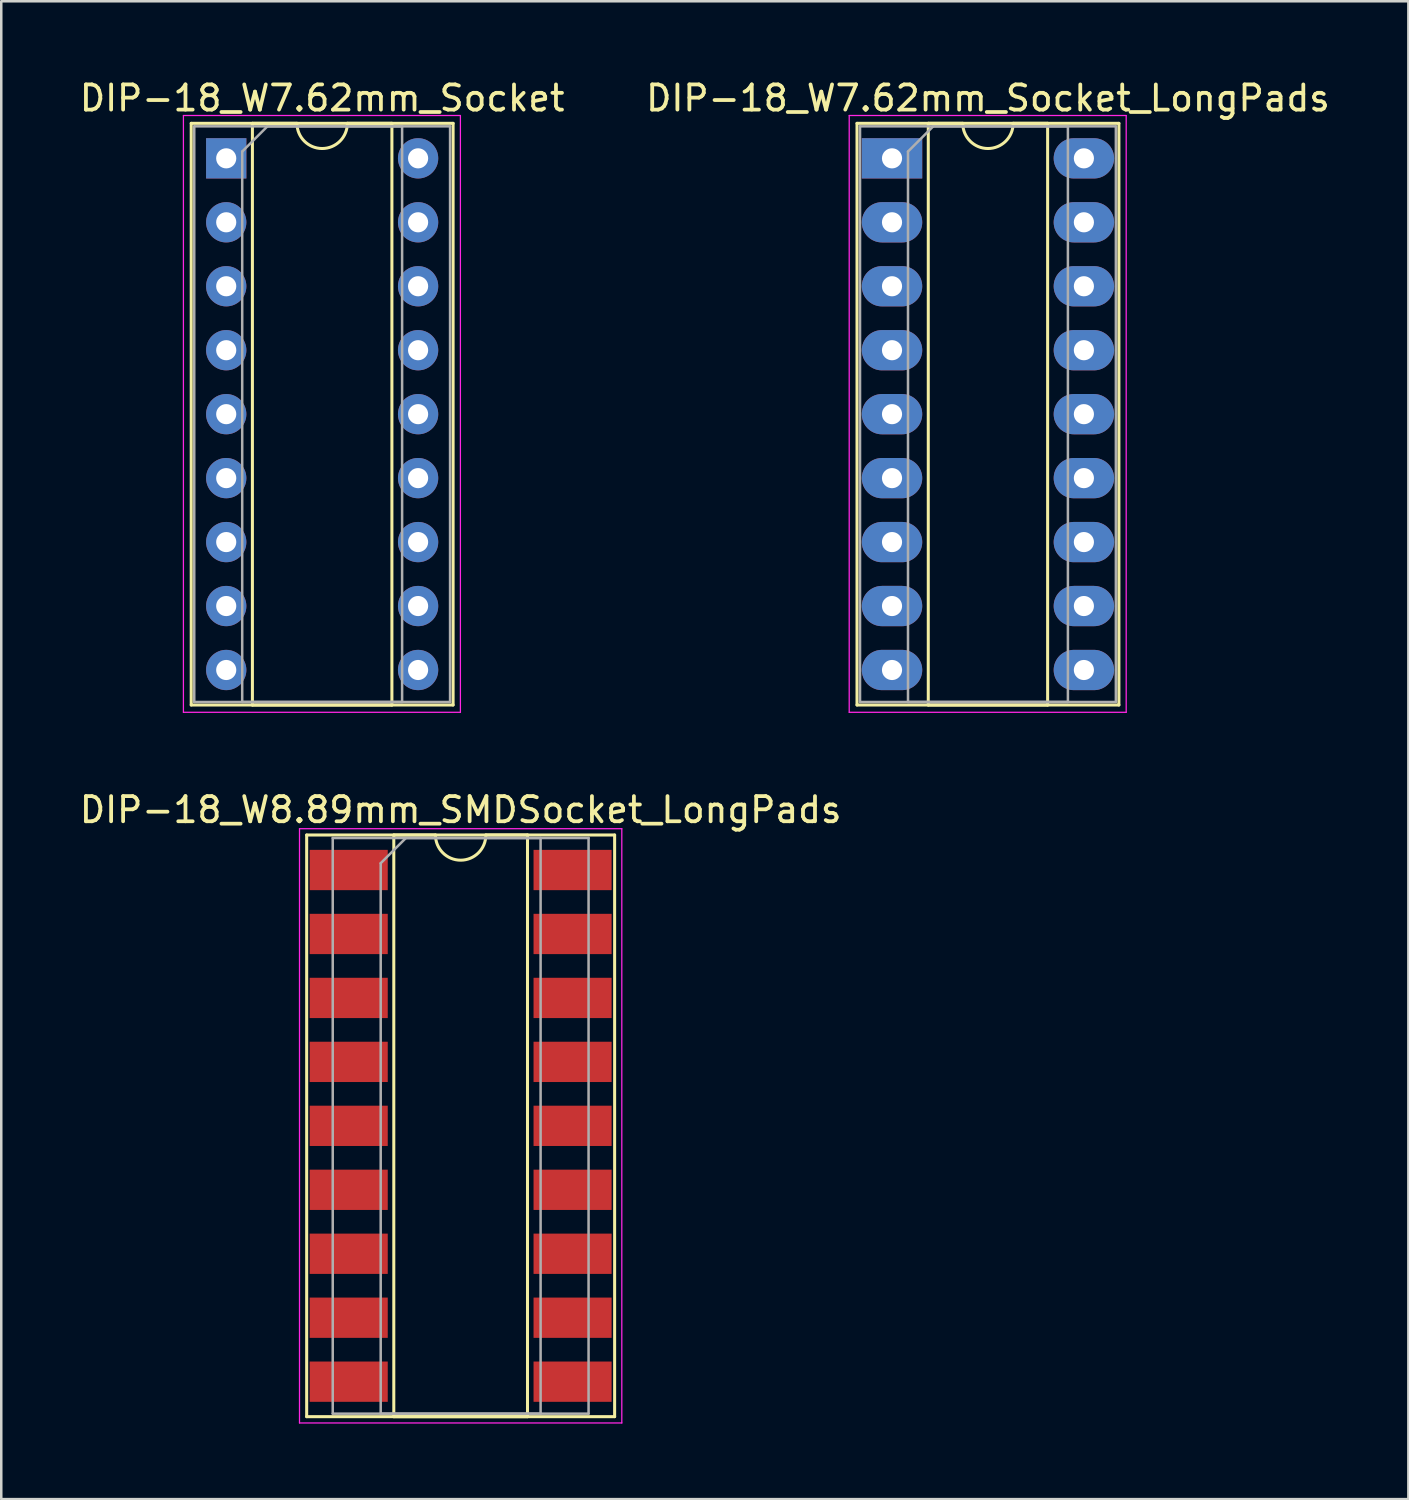
<source format=kicad_pcb>
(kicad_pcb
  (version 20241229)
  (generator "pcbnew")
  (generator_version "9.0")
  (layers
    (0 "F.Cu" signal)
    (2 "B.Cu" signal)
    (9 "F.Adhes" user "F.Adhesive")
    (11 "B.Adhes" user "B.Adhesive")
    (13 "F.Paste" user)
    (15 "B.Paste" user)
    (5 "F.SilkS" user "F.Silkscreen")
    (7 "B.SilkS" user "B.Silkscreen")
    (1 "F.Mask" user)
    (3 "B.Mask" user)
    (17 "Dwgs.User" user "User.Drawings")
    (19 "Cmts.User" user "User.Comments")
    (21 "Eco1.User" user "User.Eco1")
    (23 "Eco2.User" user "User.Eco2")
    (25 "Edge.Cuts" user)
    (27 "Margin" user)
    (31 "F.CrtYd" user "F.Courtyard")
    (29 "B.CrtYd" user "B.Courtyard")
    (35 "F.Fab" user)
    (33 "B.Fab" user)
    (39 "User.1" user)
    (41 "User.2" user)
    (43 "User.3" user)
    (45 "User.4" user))
  (footprint "DIP-18_W8.89mm_SMDSocket_LongPads"
    (layer "F.Cu")
    (at 15.244 41.661)
    (property "Reference" "DIP-18_W8.89mm_SMDSocket_LongPads" (at 0 -12.55 0) (layer "F.SilkS") (effects (font (size 1 1) (thickness 0.15))))
    (attr smd)
    (fp_line (start -6.115 -11.55) (end -6.115 11.55) (stroke (width 0.12) (type solid)) (layer "F.SilkS"))
    (fp_line (start -6.115 11.55) (end 6.115 11.55) (stroke (width 0.12) (type solid)) (layer "F.SilkS"))
    (fp_line (start -2.655 -11.55) (end -2.655 11.55) (stroke (width 0.12) (type solid)) (layer "F.SilkS"))
    (fp_line (start -2.655 11.55) (end 2.655 11.55) (stroke (width 0.12) (type solid)) (layer "F.SilkS"))
    (fp_line (start -1 -11.55) (end -2.655 -11.55) (stroke (width 0.12) (type solid)) (layer "F.SilkS"))
    (fp_line (start 2.655 -11.55) (end 1 -11.55) (stroke (width 0.12) (type solid)) (layer "F.SilkS"))
    (fp_line (start 2.655 11.55) (end 2.655 -11.55) (stroke (width 0.12) (type solid)) (layer "F.SilkS"))
    (fp_line (start 6.115 -11.55) (end -6.115 -11.55) (stroke (width 0.12) (type solid)) (layer "F.SilkS"))
    (fp_line (start 6.115 11.55) (end 6.115 -11.55) (stroke (width 0.12) (type solid)) (layer "F.SilkS"))
    (fp_arc (start 1 -11.55) (mid 0 -10.55) (end -1 -11.55) (stroke (width 0.12) (type solid)) (layer "F.SilkS"))
    (fp_line (start -6.4 -11.8) (end -6.4 11.8) (stroke (width 0.05) (type solid)) (layer "F.CrtYd"))
    (fp_line (start -6.4 11.8) (end 6.4 11.8) (stroke (width 0.05) (type solid)) (layer "F.CrtYd"))
    (fp_line (start 6.4 -11.8) (end -6.4 -11.8) (stroke (width 0.05) (type solid)) (layer "F.CrtYd"))
    (fp_line (start 6.4 11.8) (end 6.4 -11.8) (stroke (width 0.05) (type solid)) (layer "F.CrtYd"))
    (fp_line (start -5.08 -11.43) (end -5.08 11.43) (stroke (width 0.1) (type solid)) (layer "F.Fab"))
    (fp_line (start -5.08 11.43) (end 5.08 11.43) (stroke (width 0.1) (type solid)) (layer "F.Fab"))
    (fp_line (start -3.175 -10.43) (end -2.175 -11.43) (stroke (width 0.1) (type solid)) (layer "F.Fab"))
    (fp_line (start -3.175 11.43) (end -3.175 -10.43) (stroke (width 0.1) (type solid)) (layer "F.Fab"))
    (fp_line (start -2.175 -11.43) (end 3.175 -11.43) (stroke (width 0.1) (type solid)) (layer "F.Fab"))
    (fp_line (start 3.175 -11.43) (end 3.175 11.43) (stroke (width 0.1) (type solid)) (layer "F.Fab"))
    (fp_line (start 3.175 11.43) (end -3.175 11.43) (stroke (width 0.1) (type solid)) (layer "F.Fab"))
    (fp_line (start 5.08 -11.43) (end -5.08 -11.43) (stroke (width 0.1) (type solid)) (layer "F.Fab"))
    (fp_line (start 5.08 11.43) (end 5.08 -11.43) (stroke (width 0.1) (type solid)) (layer "F.Fab"))
    (pad "1" smd rect (at -4.445 -10.16) (size 3.1 1.6) (layers "F.Cu" "F.Mask"))
    (pad "2" smd rect (at -4.445 -7.62) (size 3.1 1.6) (layers "F.Cu" "F.Mask"))
    (pad "3" smd rect (at -4.445 -5.08) (size 3.1 1.6) (layers "F.Cu" "F.Mask"))
    (pad "4" smd rect (at -4.445 -2.54) (size 3.1 1.6) (layers "F.Cu" "F.Mask"))
    (pad "5" smd rect (at -4.445 0) (size 3.1 1.6) (layers "F.Cu" "F.Mask"))
    (pad "6" smd rect (at -4.445 2.54) (size 3.1 1.6) (layers "F.Cu" "F.Mask"))
    (pad "7" smd rect (at -4.445 5.08) (size 3.1 1.6) (layers "F.Cu" "F.Mask"))
    (pad "8" smd rect (at -4.445 7.62) (size 3.1 1.6) (layers "F.Cu" "F.Mask"))
    (pad "9" smd rect (at -4.445 10.16) (size 3.1 1.6) (layers "F.Cu" "F.Mask"))
    (pad "10" smd rect (at 4.445 10.16) (size 3.1 1.6) (layers "F.Cu" "F.Mask"))
    (pad "11" smd rect (at 4.445 7.62) (size 3.1 1.6) (layers "F.Cu" "F.Mask"))
    (pad "12" smd rect (at 4.445 5.08) (size 3.1 1.6) (layers "F.Cu" "F.Mask"))
    (pad "13" smd rect (at 4.445 2.54) (size 3.1 1.6) (layers "F.Cu" "F.Mask"))
    (pad "14" smd rect (at 4.445 0) (size 3.1 1.6) (layers "F.Cu" "F.Mask"))
    (pad "15" smd rect (at 4.445 -2.54) (size 3.1 1.6) (layers "F.Cu" "F.Mask"))
    (pad "16" smd rect (at 4.445 -5.08) (size 3.1 1.6) (layers "F.Cu" "F.Mask"))
    (pad "17" smd rect (at 4.445 -7.62) (size 3.1 1.6) (layers "F.Cu" "F.Mask"))
    (pad "18" smd rect (at 4.445 -10.16) (size 3.1 1.6) (layers "F.Cu" "F.Mask")))
  (footprint "DIP-18_W7.62mm_Socket"
    (layer "F.Cu")
    (at 5.934 3.238)
    (property "Reference" "DIP-18_W7.62mm_Socket" (at 3.81 -2.39 0) (layer "F.SilkS") (effects (font (size 1 1) (thickness 0.15))))
    (attr through_hole)
    (fp_line (start -1.39 -1.39) (end -1.39 21.71) (stroke (width 0.12) (type solid)) (layer "F.SilkS"))
    (fp_line (start -1.39 21.71) (end 9.01 21.71) (stroke (width 0.12) (type solid)) (layer "F.SilkS"))
    (fp_line (start 1.04 -1.39) (end 1.04 21.71) (stroke (width 0.12) (type solid)) (layer "F.SilkS"))
    (fp_line (start 1.04 21.71) (end 6.58 21.71) (stroke (width 0.12) (type solid)) (layer "F.SilkS"))
    (fp_line (start 2.81 -1.39) (end 1.04 -1.39) (stroke (width 0.12) (type solid)) (layer "F.SilkS"))
    (fp_line (start 6.58 -1.39) (end 4.81 -1.39) (stroke (width 0.12) (type solid)) (layer "F.SilkS"))
    (fp_line (start 6.58 21.71) (end 6.58 -1.39) (stroke (width 0.12) (type solid)) (layer "F.SilkS"))
    (fp_line (start 9.01 -1.39) (end -1.39 -1.39) (stroke (width 0.12) (type solid)) (layer "F.SilkS"))
    (fp_line (start 9.01 21.71) (end 9.01 -1.39) (stroke (width 0.12) (type solid)) (layer "F.SilkS"))
    (fp_arc (start 4.81 -1.39) (mid 3.81 -0.39) (end 2.81 -1.39) (stroke (width 0.12) (type solid)) (layer "F.SilkS"))
    (fp_line (start -1.7 -1.7) (end -1.7 22) (stroke (width 0.05) (type solid)) (layer "F.CrtYd"))
    (fp_line (start -1.7 22) (end 9.3 22) (stroke (width 0.05) (type solid)) (layer "F.CrtYd"))
    (fp_line (start 9.3 -1.7) (end -1.7 -1.7) (stroke (width 0.05) (type solid)) (layer "F.CrtYd"))
    (fp_line (start 9.3 22) (end 9.3 -1.7) (stroke (width 0.05) (type solid)) (layer "F.CrtYd"))
    (fp_line (start -1.27 -1.27) (end -1.27 21.59) (stroke (width 0.1) (type solid)) (layer "F.Fab"))
    (fp_line (start -1.27 21.59) (end 8.89 21.59) (stroke (width 0.1) (type solid)) (layer "F.Fab"))
    (fp_line (start 0.635 -0.27) (end 1.635 -1.27) (stroke (width 0.1) (type solid)) (layer "F.Fab"))
    (fp_line (start 0.635 21.59) (end 0.635 -0.27) (stroke (width 0.1) (type solid)) (layer "F.Fab"))
    (fp_line (start 1.635 -1.27) (end 6.985 -1.27) (stroke (width 0.1) (type solid)) (layer "F.Fab"))
    (fp_line (start 6.985 -1.27) (end 6.985 21.59) (stroke (width 0.1) (type solid)) (layer "F.Fab"))
    (fp_line (start 6.985 21.59) (end 0.635 21.59) (stroke (width 0.1) (type solid)) (layer "F.Fab"))
    (fp_line (start 8.89 -1.27) (end -1.27 -1.27) (stroke (width 0.1) (type solid)) (layer "F.Fab"))
    (fp_line (start 8.89 21.59) (end 8.89 -1.27) (stroke (width 0.1) (type solid)) (layer "F.Fab"))
    (pad "1" thru_hole rect (at 0 0) (size 1.6 1.6) (drill 0.8) (layers "*.Cu" "*.Mask"))
    (pad "2" thru_hole oval (at 0 2.54) (size 1.6 1.6) (drill 0.8) (layers "*.Cu" "*.Mask"))
    (pad "3" thru_hole oval (at 0 5.08) (size 1.6 1.6) (drill 0.8) (layers "*.Cu" "*.Mask"))
    (pad "4" thru_hole oval (at 0 7.62) (size 1.6 1.6) (drill 0.8) (layers "*.Cu" "*.Mask"))
    (pad "5" thru_hole oval (at 0 10.16) (size 1.6 1.6) (drill 0.8) (layers "*.Cu" "*.Mask"))
    (pad "6" thru_hole oval (at 0 12.7) (size 1.6 1.6) (drill 0.8) (layers "*.Cu" "*.Mask"))
    (pad "7" thru_hole oval (at 0 15.24) (size 1.6 1.6) (drill 0.8) (layers "*.Cu" "*.Mask"))
    (pad "8" thru_hole oval (at 0 17.78) (size 1.6 1.6) (drill 0.8) (layers "*.Cu" "*.Mask"))
    (pad "9" thru_hole oval (at 0 20.32) (size 1.6 1.6) (drill 0.8) (layers "*.Cu" "*.Mask"))
    (pad "10" thru_hole oval (at 7.62 20.32) (size 1.6 1.6) (drill 0.8) (layers "*.Cu" "*.Mask"))
    (pad "11" thru_hole oval (at 7.62 17.78) (size 1.6 1.6) (drill 0.8) (layers "*.Cu" "*.Mask"))
    (pad "12" thru_hole oval (at 7.62 15.24) (size 1.6 1.6) (drill 0.8) (layers "*.Cu" "*.Mask"))
    (pad "13" thru_hole oval (at 7.62 12.7) (size 1.6 1.6) (drill 0.8) (layers "*.Cu" "*.Mask"))
    (pad "14" thru_hole oval (at 7.62 10.16) (size 1.6 1.6) (drill 0.8) (layers "*.Cu" "*.Mask"))
    (pad "15" thru_hole oval (at 7.62 7.62) (size 1.6 1.6) (drill 0.8) (layers "*.Cu" "*.Mask"))
    (pad "16" thru_hole oval (at 7.62 5.08) (size 1.6 1.6) (drill 0.8) (layers "*.Cu" "*.Mask"))
    (pad "17" thru_hole oval (at 7.62 2.54) (size 1.6 1.6) (drill 0.8) (layers "*.Cu" "*.Mask"))
    (pad "18" thru_hole oval (at 7.62 0) (size 1.6 1.6) (drill 0.8) (layers "*.Cu" "*.Mask")))
  (footprint "DIP-18_W7.62mm_Socket_LongPads"
    (layer "F.Cu")
    (at 32.375 3.238)
    (property "Reference" "DIP-18_W7.62mm_Socket_LongPads" (at 3.81 -2.39 0) (layer "F.SilkS") (effects (font (size 1 1) (thickness 0.15))))
    (attr through_hole)
    (fp_line (start -1.39 -1.39) (end -1.39 21.71) (stroke (width 0.12) (type solid)) (layer "F.SilkS"))
    (fp_line (start -1.39 21.71) (end 9.01 21.71) (stroke (width 0.12) (type solid)) (layer "F.SilkS"))
    (fp_line (start 1.44 -1.39) (end 1.44 21.71) (stroke (width 0.12) (type solid)) (layer "F.SilkS"))
    (fp_line (start 1.44 21.71) (end 6.18 21.71) (stroke (width 0.12) (type solid)) (layer "F.SilkS"))
    (fp_line (start 2.81 -1.39) (end 1.44 -1.39) (stroke (width 0.12) (type solid)) (layer "F.SilkS"))
    (fp_line (start 6.18 -1.39) (end 4.81 -1.39) (stroke (width 0.12) (type solid)) (layer "F.SilkS"))
    (fp_line (start 6.18 21.71) (end 6.18 -1.39) (stroke (width 0.12) (type solid)) (layer "F.SilkS"))
    (fp_line (start 9.01 -1.39) (end -1.39 -1.39) (stroke (width 0.12) (type solid)) (layer "F.SilkS"))
    (fp_line (start 9.01 21.71) (end 9.01 -1.39) (stroke (width 0.12) (type solid)) (layer "F.SilkS"))
    (fp_arc (start 4.81 -1.39) (mid 3.81 -0.39) (end 2.81 -1.39) (stroke (width 0.12) (type solid)) (layer "F.SilkS"))
    (fp_line (start -1.7 -1.7) (end -1.7 22) (stroke (width 0.05) (type solid)) (layer "F.CrtYd"))
    (fp_line (start -1.7 22) (end 9.3 22) (stroke (width 0.05) (type solid)) (layer "F.CrtYd"))
    (fp_line (start 9.3 -1.7) (end -1.7 -1.7) (stroke (width 0.05) (type solid)) (layer "F.CrtYd"))
    (fp_line (start 9.3 22) (end 9.3 -1.7) (stroke (width 0.05) (type solid)) (layer "F.CrtYd"))
    (fp_line (start -1.27 -1.27) (end -1.27 21.59) (stroke (width 0.1) (type solid)) (layer "F.Fab"))
    (fp_line (start -1.27 21.59) (end 8.89 21.59) (stroke (width 0.1) (type solid)) (layer "F.Fab"))
    (fp_line (start 0.635 -0.27) (end 1.635 -1.27) (stroke (width 0.1) (type solid)) (layer "F.Fab"))
    (fp_line (start 0.635 21.59) (end 0.635 -0.27) (stroke (width 0.1) (type solid)) (layer "F.Fab"))
    (fp_line (start 1.635 -1.27) (end 6.985 -1.27) (stroke (width 0.1) (type solid)) (layer "F.Fab"))
    (fp_line (start 6.985 -1.27) (end 6.985 21.59) (stroke (width 0.1) (type solid)) (layer "F.Fab"))
    (fp_line (start 6.985 21.59) (end 0.635 21.59) (stroke (width 0.1) (type solid)) (layer "F.Fab"))
    (fp_line (start 8.89 -1.27) (end -1.27 -1.27) (stroke (width 0.1) (type solid)) (layer "F.Fab"))
    (fp_line (start 8.89 21.59) (end 8.89 -1.27) (stroke (width 0.1) (type solid)) (layer "F.Fab"))
    (pad "1" thru_hole rect (at 0 0) (size 2.4 1.6) (drill 0.8) (layers "*.Cu" "*.Mask"))
    (pad "2" thru_hole oval (at 0 2.54) (size 2.4 1.6) (drill 0.8) (layers "*.Cu" "*.Mask"))
    (pad "3" thru_hole oval (at 0 5.08) (size 2.4 1.6) (drill 0.8) (layers "*.Cu" "*.Mask"))
    (pad "4" thru_hole oval (at 0 7.62) (size 2.4 1.6) (drill 0.8) (layers "*.Cu" "*.Mask"))
    (pad "5" thru_hole oval (at 0 10.16) (size 2.4 1.6) (drill 0.8) (layers "*.Cu" "*.Mask"))
    (pad "6" thru_hole oval (at 0 12.7) (size 2.4 1.6) (drill 0.8) (layers "*.Cu" "*.Mask"))
    (pad "7" thru_hole oval (at 0 15.24) (size 2.4 1.6) (drill 0.8) (layers "*.Cu" "*.Mask"))
    (pad "8" thru_hole oval (at 0 17.78) (size 2.4 1.6) (drill 0.8) (layers "*.Cu" "*.Mask"))
    (pad "9" thru_hole oval (at 0 20.32) (size 2.4 1.6) (drill 0.8) (layers "*.Cu" "*.Mask"))
    (pad "10" thru_hole oval (at 7.62 20.32) (size 2.4 1.6) (drill 0.8) (layers "*.Cu" "*.Mask"))
    (pad "11" thru_hole oval (at 7.62 17.78) (size 2.4 1.6) (drill 0.8) (layers "*.Cu" "*.Mask"))
    (pad "12" thru_hole oval (at 7.62 15.24) (size 2.4 1.6) (drill 0.8) (layers "*.Cu" "*.Mask"))
    (pad "13" thru_hole oval (at 7.62 12.7) (size 2.4 1.6) (drill 0.8) (layers "*.Cu" "*.Mask"))
    (pad "14" thru_hole oval (at 7.62 10.16) (size 2.4 1.6) (drill 0.8) (layers "*.Cu" "*.Mask"))
    (pad "15" thru_hole oval (at 7.62 7.62) (size 2.4 1.6) (drill 0.8) (layers "*.Cu" "*.Mask"))
    (pad "16" thru_hole oval (at 7.62 5.08) (size 2.4 1.6) (drill 0.8) (layers "*.Cu" "*.Mask"))
    (pad "17" thru_hole oval (at 7.62 2.54) (size 2.4 1.6) (drill 0.8) (layers "*.Cu" "*.Mask"))
    (pad "18" thru_hole oval (at 7.62 0) (size 2.4 1.6) (drill 0.8) (layers "*.Cu" "*.Mask")))
  (gr_rect
    (start -3 -3)
    (end 52.881 56.486)
    (stroke (width 0.1) (type default))
    (fill no)
    (layer "Edge.Cuts")))
</source>
